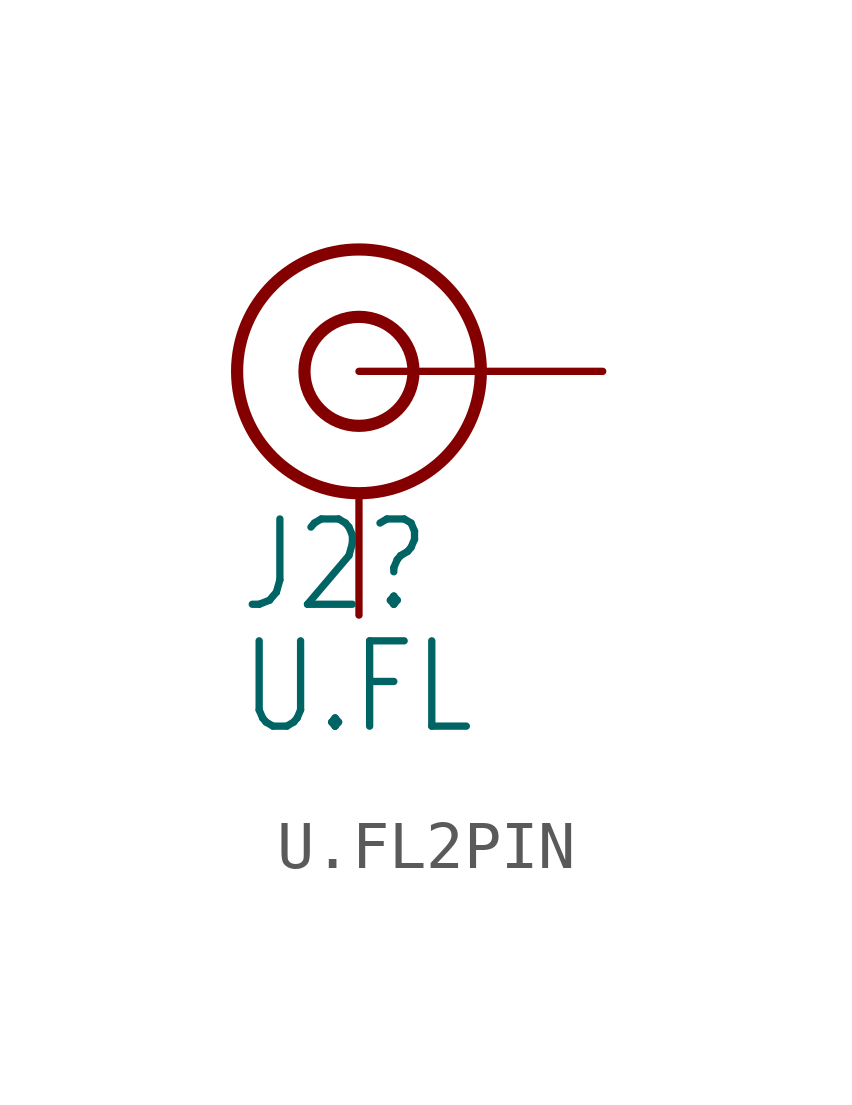
<source format=kicad_sym>
(kicad_symbol_lib
  (version 20211014)
  (generator kicad_symbol_editor)
  (symbol "U.FL2PIN"
    (property "Reference" "J2"
      (at -2.54 -5.08 0)
      (effects (font (size 1.778 1.511)) (justify left bottom)))
    (property "Value" "U.FL"
      (at -2.54 -7.62 0)
      (effects (font (size 1.778 1.511)) (justify left bottom)))
    (property "ki_locked" ""
      (at 0 0 0)
      (effects (font (size 1.27 1.27))))
    (symbol "U.FL2PIN_1_0"
      (circle (center 0 0) (radius 1.136) (stroke (width 0.254) (type default) (color 0 0 0 0)) (fill (type none)))
      (circle (center 0 0) (radius 2.54) (stroke (width 0.254) (type default) (color 0 0 0 0)) (fill (type none)))
      (pin bidirectional line (at 5.08 0 180) (length 5.08) (name "SIGNAL" (effects (font (size 0 0)))) (number "FEED" (effects (font (size 0 0)))))
      (pin bidirectional line (at 0 -5.08 90) (length 2.54) (name "GND" (effects (font (size 0 0)))) (number "GND" (effects (font (size 0 0))))))))
</source>
